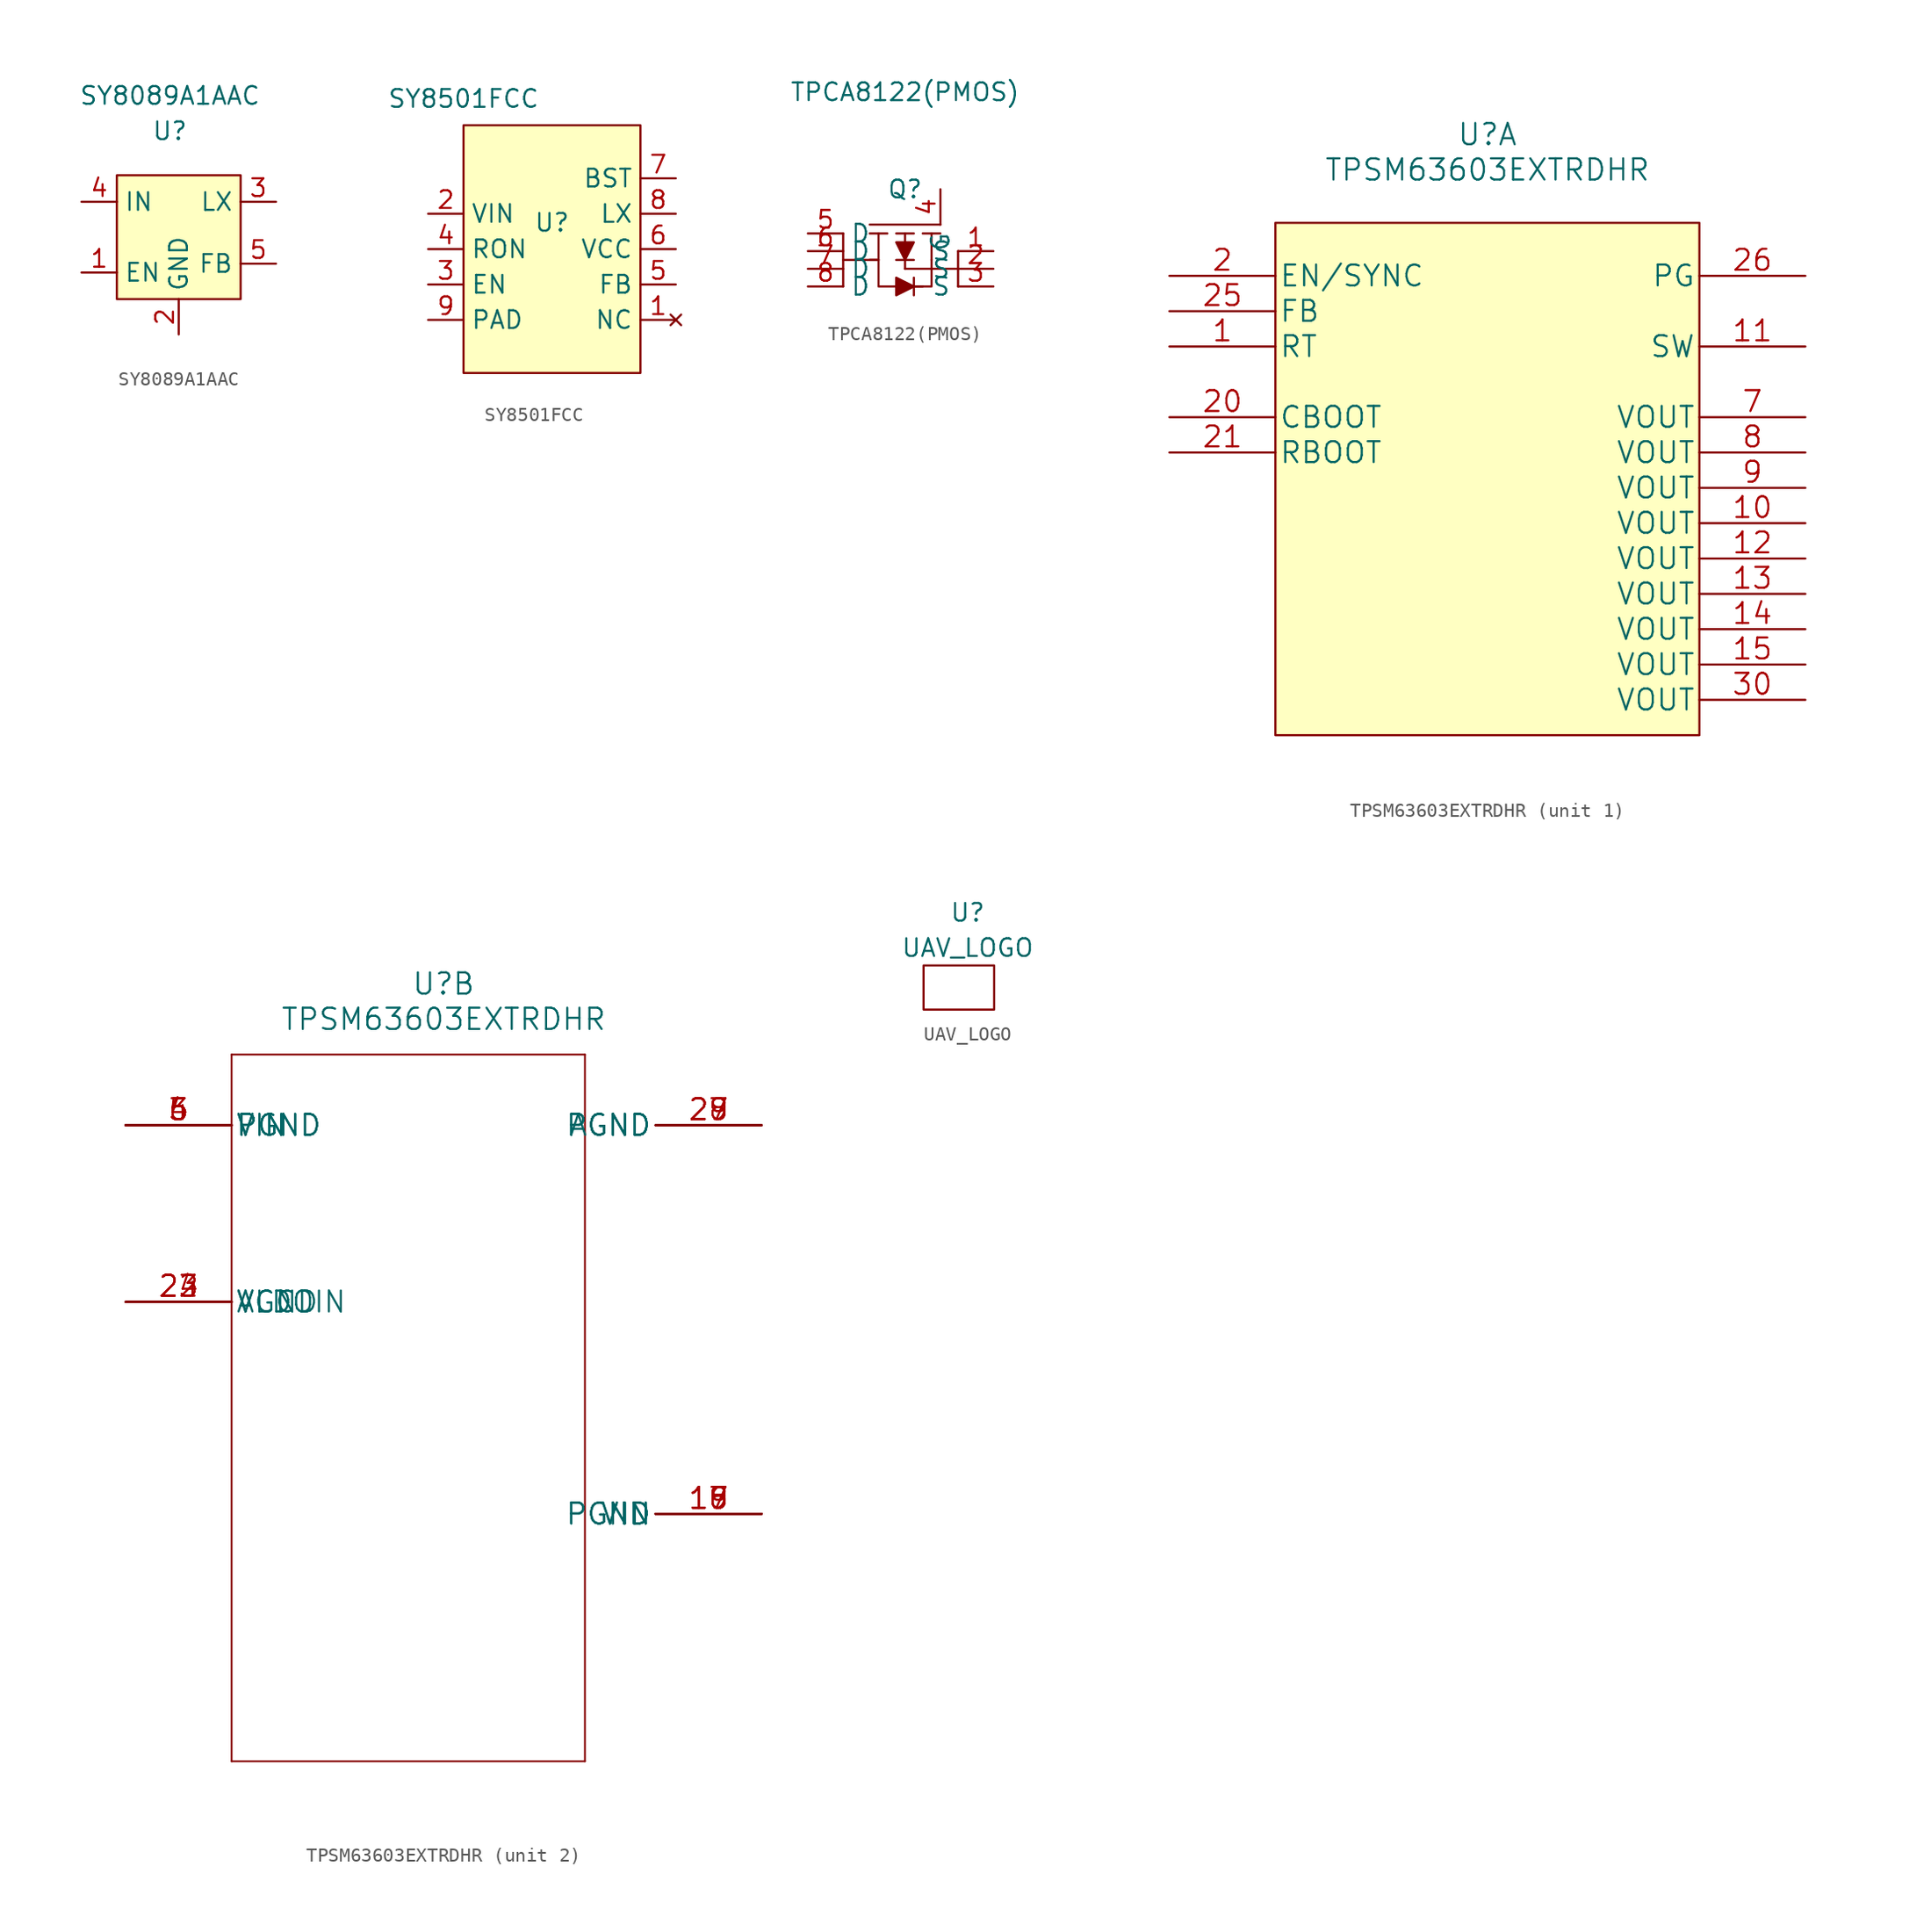
<source format=kicad_sym>
(kicad_symbol_lib
  (version 20220914)
  (generator kicad_symbol_editor)
  (symbol "SY8089A1AAC"
    (property "Reference" "U"
      (at 0 -0.635 0)
      (effects (font (size 1.27 1.27))))
    (property "Value" "SY8089A1AAC"
      (at 0 1.905 0)
      (effects (font (size 1.27 1.27))))
    (symbol "SY8089A1AAC_0_1"
      (rectangle (start -3.81 -3.81) (end 5.08 -12.7) (stroke (width 0) (type default)) (fill (type background))))
    (symbol "SY8089A1AAC_1_1"
      (pin input line (at -6.35 -10.795 0) (length 2.54) (name "EN" (effects (font (size 1.27 1.27)))) (number "1" (effects (font (size 1.27 1.27)))))
      (pin input line (at 0.635 -15.24 90) (length 2.54) (name "GND" (effects (font (size 1.27 1.27)))) (number "2" (effects (font (size 1.27 1.27)))))
      (pin output line (at 7.62 -5.715 180) (length 2.54) (name "LX" (effects (font (size 1.27 1.27)))) (number "3" (effects (font (size 1.27 1.27)))))
      (pin input line (at -6.35 -5.715 0) (length 2.54) (name "IN" (effects (font (size 1.27 1.27)))) (number "4" (effects (font (size 1.27 1.27)))))
      (pin input line (at 7.62 -10.16 180) (length 2.54) (name "FB" (effects (font (size 1.27 1.27)))) (number "5" (effects (font (size 1.27 1.27)))))))
  (symbol "SY8501FCC"
    (property "Reference" "U"
      (at 6.35 -8.255 0)
      (effects (font (size 1.27 1.27))))
    (property "Value" "SY8501FCC"
      (at 0 0.635 0)
      (effects (font (size 1.27 1.27))))
    (symbol "SY8501FCC_0_1"
      (rectangle (start 0 -1.27) (end 12.7 -19.05) (stroke (width 0) (type default)) (fill (type background))))
    (symbol "SY8501FCC_1_1"
      (pin no_connect line (at 15.24 -15.24 180) (length 2.54) (name "NC" (effects (font (size 1.27 1.27)))) (number "1" (effects (font (size 1.27 1.27)))))
      (pin input line (at -2.54 -7.62 0) (length 2.54) (name "VIN" (effects (font (size 1.27 1.27)))) (number "2" (effects (font (size 1.27 1.27)))))
      (pin input line (at -2.54 -12.7 0) (length 2.54) (name "EN" (effects (font (size 1.27 1.27)))) (number "3" (effects (font (size 1.27 1.27)))))
      (pin input line (at -2.54 -10.16 0) (length 2.54) (name "RON" (effects (font (size 1.27 1.27)))) (number "4" (effects (font (size 1.27 1.27)))))
      (pin input line (at 15.24 -12.7 180) (length 2.54) (name "FB" (effects (font (size 1.27 1.27)))) (number "5" (effects (font (size 1.27 1.27)))))
      (pin output line (at 15.24 -10.16 180) (length 2.54) (name "VCC" (effects (font (size 1.27 1.27)))) (number "6" (effects (font (size 1.27 1.27)))))
      (pin output line (at 15.24 -5.08 180) (length 2.54) (name "BST" (effects (font (size 1.27 1.27)))) (number "7" (effects (font (size 1.27 1.27)))))
      (pin output line (at 15.24 -7.62 180) (length 2.54) (name "LX" (effects (font (size 1.27 1.27)))) (number "8" (effects (font (size 1.27 1.27)))))
      (pin input line (at -2.54 -15.24 0) (length 2.54) (name "PAD" (effects (font (size 1.27 1.27)))) (number "9" (effects (font (size 1.27 1.27)))))))
  (symbol "TPCA8122(PMOS)"
    (property "Reference" "Q"
      (at 0 -5.715 0)
      (effects (font (size 1.27 1.27))))
    (property "Value" "TPCA8122(PMOS)"
      (at 0 1.27 0)
      (effects (font (size 1.27 1.27))))
    (symbol "TPCA8122(PMOS)_0_1"
      (polyline (pts (xy -4.445 -8.89) (xy -4.445 -12.7)) (stroke (width 0) (type default)) (fill (type none)))
      (polyline (pts (xy -2.54 -8.89) (xy -1.27 -8.89)) (stroke (width 0) (type default)) (fill (type none)))
      (polyline (pts (xy -1.905 -10.795) (xy -2.54 -10.795)) (stroke (width 0) (type default)) (fill (type none)))
      (polyline (pts (xy -1.905 -8.89) (xy -1.905 -10.795)) (stroke (width 0) (type default)) (fill (type none)))
      (polyline (pts (xy -0.635 -10.795) (xy 0.635 -10.795)) (stroke (width 0) (type default)) (fill (type none)))
      (polyline (pts (xy -0.635 -8.89) (xy 0.635 -8.89)) (stroke (width 0) (type default)) (fill (type none)))
      (polyline (pts (xy 0 -11.43) (xy 0 -10.795)) (stroke (width 0) (type default)) (fill (type none)))
      (polyline (pts (xy 0 -10.795) (xy 0 -8.89)) (stroke (width 0) (type default)) (fill (type none)))
      (polyline (pts (xy 0.635 -12.065) (xy 0.635 -13.335)) (stroke (width 0) (type default)) (fill (type none)))
      (polyline (pts (xy 1.27 -8.89) (xy 2.54 -8.89)) (stroke (width 0) (type default)) (fill (type none)))
      (polyline (pts (xy 1.905 -8.89) (xy 1.905 -10.795)) (stroke (width 0) (type default)) (fill (type none)))
      (polyline (pts (xy 2.54 -8.255) (xy -2.54 -8.255)) (stroke (width 0) (type default)) (fill (type none)))
      (polyline (pts (xy 3.81 -11.43) (xy 0 -11.43)) (stroke (width 0) (type default)) (fill (type none)))
      (polyline (pts (xy 3.81 -10.16) (xy 3.81 -12.7)) (stroke (width 0) (type default)) (fill (type none)))
      (polyline (pts (xy 1.905 -10.795) (xy 1.905 -12.7) (xy -0.635 -12.7)) (stroke (width 0) (type default)) (fill (type none)))
      (polyline (pts (xy -0.635 -9.525) (xy 0.635 -9.525) (xy 0 -10.795) (xy -0.635 -9.525)) (stroke (width 0) (type default)) (fill (type outline)))
      (polyline (pts (xy 0.635 -12.7) (xy -0.635 -12.065) (xy -0.635 -13.335) (xy 0.635 -12.7)) (stroke (width 0) (type default)) (fill (type outline)))
      (polyline (pts (xy 1.27 -12.7) (xy -1.905 -12.7) (xy -1.905 -10.795) (xy -4.445 -10.795)) (stroke (width 0) (type default)) (fill (type none))))
    (symbol "TPCA8122(PMOS)_1_1"
      (pin input line (at 6.35 -10.16 180) (length 2.54) (name "S" (effects (font (size 1.27 1.27)))) (number "1" (effects (font (size 1.27 1.27)))))
      (pin input line (at 6.35 -11.43 180) (length 2.54) (name "S" (effects (font (size 1.27 1.27)))) (number "2" (effects (font (size 1.27 1.27)))))
      (pin input line (at 6.35 -12.7 180) (length 2.54) (name "S" (effects (font (size 1.27 1.27)))) (number "3" (effects (font (size 1.27 1.27)))))
      (pin input line (at 2.54 -5.715 270) (length 2.54) (name "G" (effects (font (size 1.27 1.27)))) (number "4" (effects (font (size 1.27 1.27)))))
      (pin input line (at -6.985 -8.89 0) (length 2.54) (name "D" (effects (font (size 1.27 1.27)))) (number "5" (effects (font (size 1.27 1.27)))))
      (pin input line (at -6.985 -10.16 0) (length 2.54) (name "D" (effects (font (size 1.27 1.27)))) (number "6" (effects (font (size 1.27 1.27)))))
      (pin input line (at -6.985 -11.43 0) (length 2.54) (name "D" (effects (font (size 1.27 1.27)))) (number "7" (effects (font (size 1.27 1.27)))))
      (pin input line (at -6.985 -12.7 0) (length 2.54) (name "D" (effects (font (size 1.27 1.27)))) (number "8" (effects (font (size 1.27 1.27)))))))
  (symbol "TPSM63603EXTRDHR"
    (pin_names
      (offset 0.254))
    (property "Reference" "U"
      (at 22.86 10.16 0)
      (effects (font (size 1.524 1.524))))
    (property "Value" "TPSM63603EXTRDHR"
      (at 22.86 7.62 0)
      (effects (font (size 1.524 1.524))))
    (property "Datasheet" ""
      (at 0 0 0)
      (effects (font (size 1.524 1.524))))
    (property "ki_locked" ""
      (at 0 0 0)
      (effects (font (size 1.27 1.27))))
    (symbol "TPSM63603EXTRDHR_1_1"
      (rectangle (start 7.62 3.81) (end 38.1 -33.02) (stroke (width 0) (type default)) (fill (type background)))
      (pin input line (at 0 -5.08 0) (length 7.62) (name "RT" (effects (font (size 1.499 1.499)))) (number "1" (effects (font (size 1.499 1.499)))))
      (pin power_in line (at 45.72 -17.78 180) (length 7.62) (name "VOUT" (effects (font (size 1.499 1.499)))) (number "10" (effects (font (size 1.499 1.499)))))
      (pin output line (at 45.72 -5.08 180) (length 7.62) (name "SW" (effects (font (size 1.499 1.499)))) (number "11" (effects (font (size 1.499 1.499)))))
      (pin power_in line (at 45.72 -20.32 180) (length 7.62) (name "VOUT" (effects (font (size 1.499 1.499)))) (number "12" (effects (font (size 1.499 1.499)))))
      (pin power_in line (at 45.72 -22.86 180) (length 7.62) (name "VOUT" (effects (font (size 1.499 1.499)))) (number "13" (effects (font (size 1.499 1.499)))))
      (pin power_in line (at 45.72 -25.4 180) (length 7.62) (name "VOUT" (effects (font (size 1.499 1.499)))) (number "14" (effects (font (size 1.499 1.499)))))
      (pin power_in line (at 45.72 -27.94 180) (length 7.62) (name "VOUT" (effects (font (size 1.499 1.499)))) (number "15" (effects (font (size 1.499 1.499)))))
      (pin input line (at 0 0 0) (length 7.62) (name "EN/SYNC" (effects (font (size 1.499 1.499)))) (number "2" (effects (font (size 1.499 1.499)))))
      (pin bidirectional line (at 0 -10.16 0) (length 7.62) (name "CBOOT" (effects (font (size 1.499 1.499)))) (number "20" (effects (font (size 1.499 1.499)))))
      (pin bidirectional line (at 0 -12.7 0) (length 7.62) (name "RBOOT" (effects (font (size 1.499 1.499)))) (number "21" (effects (font (size 1.499 1.499)))))
      (pin input line (at 0 -2.54 0) (length 7.62) (name "FB" (effects (font (size 1.499 1.499)))) (number "25" (effects (font (size 1.499 1.499)))))
      (pin output line (at 45.72 0 180) (length 7.62) (name "PG" (effects (font (size 1.499 1.499)))) (number "26" (effects (font (size 1.499 1.499)))))
      (pin power_in line (at 45.72 -30.48 180) (length 7.62) (name "VOUT" (effects (font (size 1.499 1.499)))) (number "30" (effects (font (size 1.499 1.499)))))
      (pin power_in line (at 45.72 -10.16 180) (length 7.62) (name "VOUT" (effects (font (size 1.499 1.499)))) (number "7" (effects (font (size 1.499 1.499)))))
      (pin power_in line (at 45.72 -12.7 180) (length 7.62) (name "VOUT" (effects (font (size 1.499 1.499)))) (number "8" (effects (font (size 1.499 1.499)))))
      (pin power_in line (at 45.72 -15.24 180) (length 7.62) (name "VOUT" (effects (font (size 1.499 1.499)))) (number "9" (effects (font (size 1.499 1.499))))))
    (symbol "TPSM63603EXTRDHR_2_1"
      (polyline (pts (xy 7.62 -45.72) (xy 33.02 -45.72)) (stroke (width 0.127) (type solid)) (fill (type none)))
      (polyline (pts (xy 7.62 5.08) (xy 7.62 -45.72)) (stroke (width 0.127) (type solid)) (fill (type none)))
      (polyline (pts (xy 33.02 -45.72) (xy 33.02 5.08)) (stroke (width 0.127) (type solid)) (fill (type none)))
      (polyline (pts (xy 33.02 5.08) (xy 7.62 5.08)) (stroke (width 0.127) (type solid)) (fill (type none)))
      (pin power_in line (at 45.72 -27.94 180) (length 7.62) (name "PGND" (effects (font (size 1.499 1.499)))) (number "16" (effects (font (size 1.499 1.499)))))
      (pin power_in line (at 45.72 -27.94 180) (length 7.62) (name "PGND" (effects (font (size 1.499 1.499)))) (number "17" (effects (font (size 1.499 1.499)))))
      (pin power_in line (at 45.72 -27.94 180) (length 7.62) (name "VIN" (effects (font (size 1.499 1.499)))) (number "18" (effects (font (size 1.499 1.499)))))
      (pin power_in line (at 45.72 -27.94 180) (length 7.62) (name "VIN" (effects (font (size 1.499 1.499)))) (number "19" (effects (font (size 1.499 1.499)))))
      (pin power_in line (at 0 -12.7 0) (length 7.62) (name "VLDOIN" (effects (font (size 1.499 1.499)))) (number "22" (effects (font (size 1.499 1.499)))))
      (pin output line (at 0 -12.7 0) (length 7.62) (name "VCC" (effects (font (size 1.499 1.499)))) (number "23" (effects (font (size 1.499 1.499)))))
      (pin power_in line (at 0 -12.7 0) (length 7.62) (name "AGND" (effects (font (size 1.499 1.499)))) (number "24" (effects (font (size 1.499 1.499)))))
      (pin power_in line (at 45.72 0 180) (length 7.62) (name "AGND" (effects (font (size 1.499 1.499)))) (number "27" (effects (font (size 1.499 1.499)))))
      (pin power_in line (at 45.72 0 180) (length 7.62) (name "PGND" (effects (font (size 1.499 1.499)))) (number "28" (effects (font (size 1.499 1.499)))))
      (pin power_in line (at 45.72 0 180) (length 7.62) (name "PGND" (effects (font (size 1.499 1.499)))) (number "29" (effects (font (size 1.499 1.499)))))
      (pin power_in line (at 0 0 0) (length 7.62) (name "VIN" (effects (font (size 1.499 1.499)))) (number "3" (effects (font (size 1.499 1.499)))))
      (pin power_in line (at 0 0 0) (length 7.62) (name "VIN" (effects (font (size 1.499 1.499)))) (number "4" (effects (font (size 1.499 1.499)))))
      (pin power_in line (at 0 0 0) (length 7.62) (name "PGND" (effects (font (size 1.499 1.499)))) (number "5" (effects (font (size 1.499 1.499)))))
      (pin power_in line (at 0 0 0) (length 7.62) (name "PGND" (effects (font (size 1.499 1.499)))) (number "6" (effects (font (size 1.499 1.499)))))))
  (symbol "UAV_LOGO"
    (property "Reference" "U"
      (at 0 0 0)
      (effects (font (size 1.27 1.27))))
    (property "Value" "UAV_LOGO"
      (at 0 -2.54 0)
      (effects (font (size 1.27 1.27))))
    (symbol "UAV_LOGO_0_1"
      (rectangle (start -3.175 -3.81) (end 1.905 -6.985) (stroke (width 0) (type default)) (fill (type none))))))
</source>
